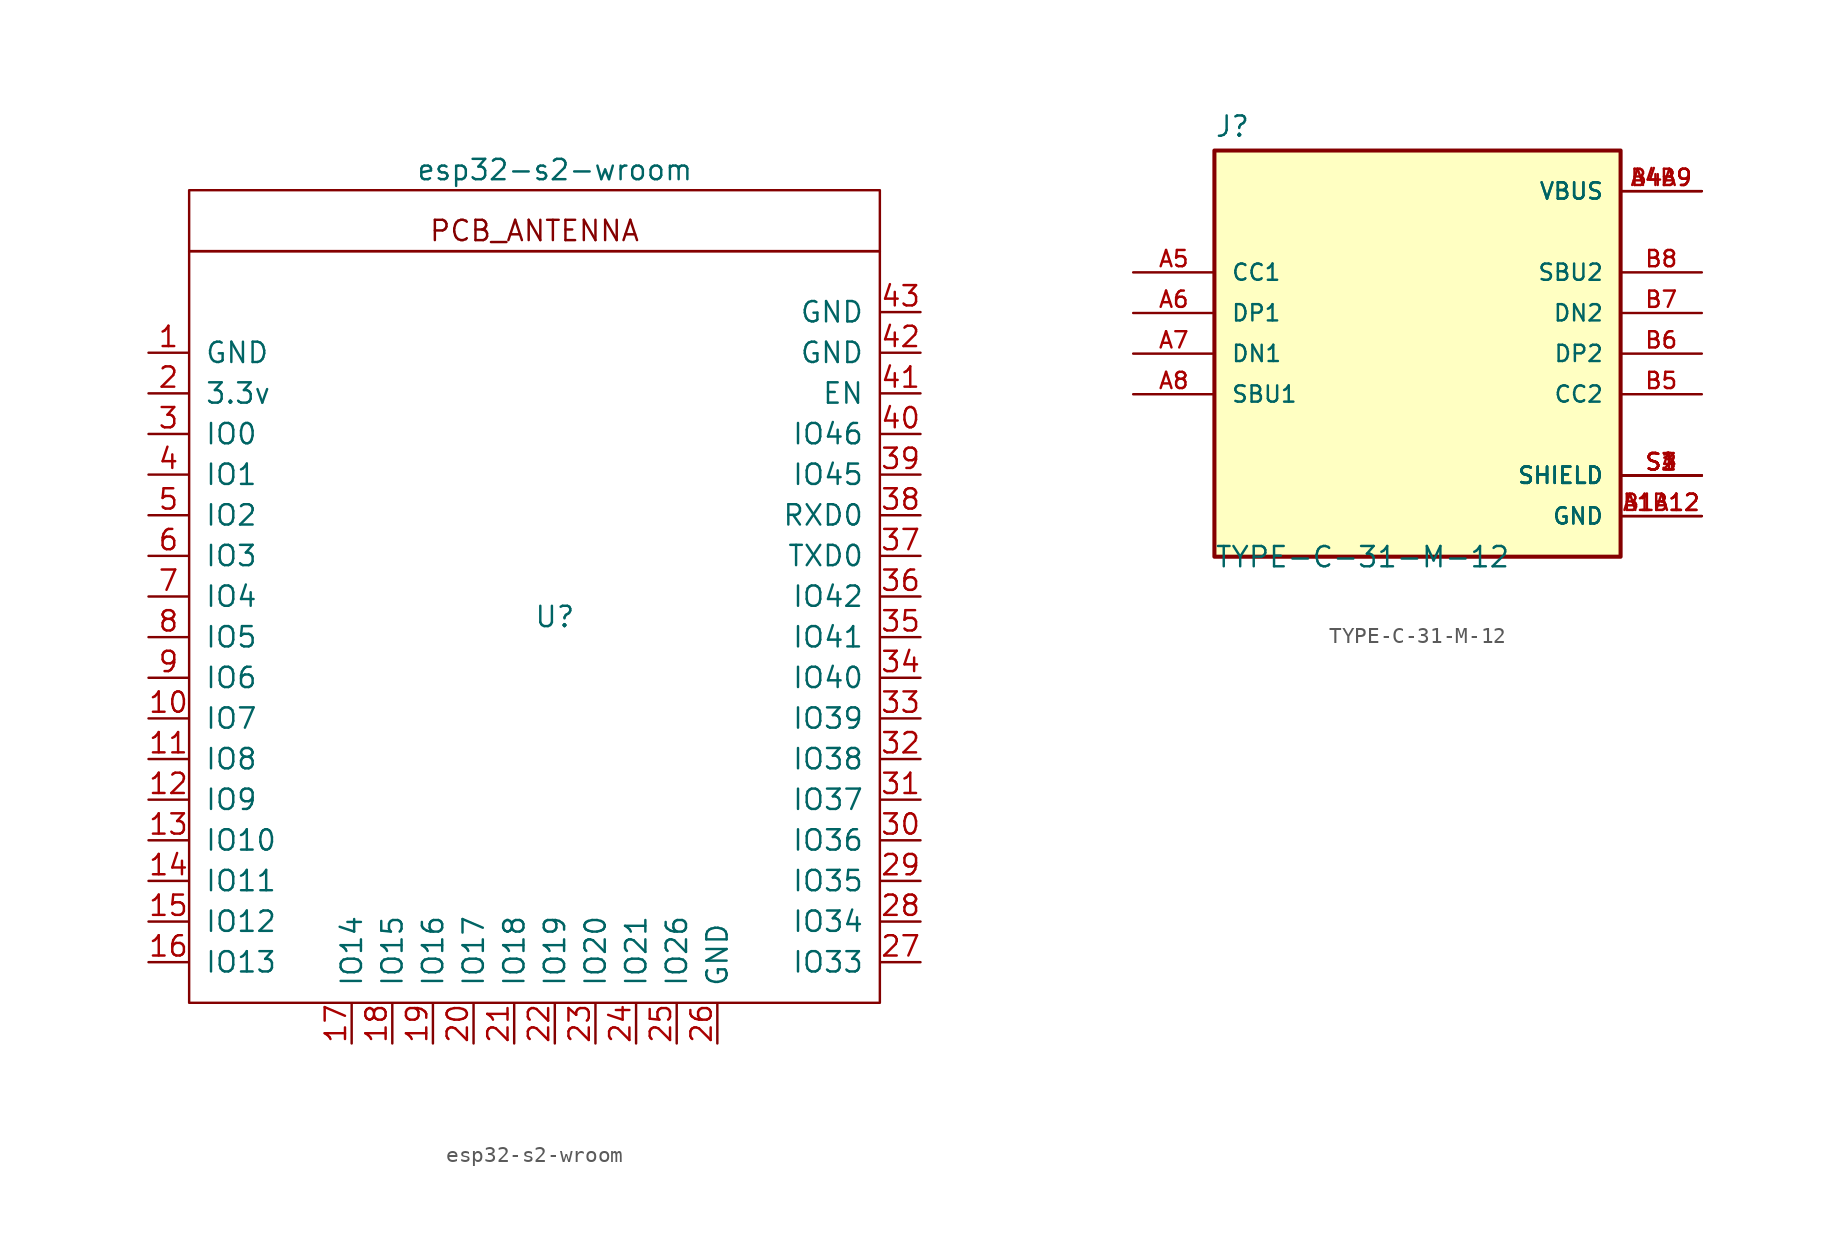
<source format=kicad_sym>
(kicad_symbol_lib
  (version 20220914)
  (generator kicad_symbol_editor)
  (symbol "esp32-s2-wroom"
    (pin_names
      (offset 1.016))
    (property "Reference" "U"
      (at 0 0 0)
      (effects (font (size 1.27 1.27))))
    (property "Value" "esp32-s2-wroom"
      (at 0 27.94 0)
      (effects (font (size 1.27 1.27))))
    (symbol "esp32-s2-wroom_0_0"
      (rectangle (start -22.86 22.86) (end 20.32 -24.13) (stroke (width 0) (type solid)) (fill (type none)))
      (rectangle (start -22.86 22.86) (end 20.32 26.67) (stroke (width 0) (type solid)) (fill (type none)))
      (text "PCB_ANTENNA" (at -1.27 24.13 0) (effects (font (size 1.27 1.27)))))
    (symbol "esp32-s2-wroom_1_1"
      (pin power_in line (at -25.4 16.51 0) (length 2.489) (name "GND" (effects (font (size 1.27 1.27)))) (number "1" (effects (font (size 1.27 1.27)))))
      (pin bidirectional line (at -25.4 -6.35 0) (length 2.489) (name "IO7" (effects (font (size 1.27 1.27)))) (number "10" (effects (font (size 1.27 1.27)))))
      (pin bidirectional line (at -25.4 -8.89 0) (length 2.489) (name "IO8" (effects (font (size 1.27 1.27)))) (number "11" (effects (font (size 1.27 1.27)))))
      (pin bidirectional line (at -25.4 -11.43 0) (length 2.489) (name "IO9" (effects (font (size 1.27 1.27)))) (number "12" (effects (font (size 1.27 1.27)))))
      (pin bidirectional line (at -25.4 -13.97 0) (length 2.489) (name "IO10" (effects (font (size 1.27 1.27)))) (number "13" (effects (font (size 1.27 1.27)))))
      (pin bidirectional line (at -25.4 -16.51 0) (length 2.489) (name "IO11" (effects (font (size 1.27 1.27)))) (number "14" (effects (font (size 1.27 1.27)))))
      (pin bidirectional line (at -25.4 -19.05 0) (length 2.489) (name "IO12" (effects (font (size 1.27 1.27)))) (number "15" (effects (font (size 1.27 1.27)))))
      (pin bidirectional line (at -25.4 -21.59 0) (length 2.489) (name "IO13" (effects (font (size 1.27 1.27)))) (number "16" (effects (font (size 1.27 1.27)))))
      (pin bidirectional line (at -12.7 -26.67 90) (length 2.489) (name "IO14" (effects (font (size 1.27 1.27)))) (number "17" (effects (font (size 1.27 1.27)))))
      (pin bidirectional line (at -10.16 -26.67 90) (length 2.489) (name "IO15" (effects (font (size 1.27 1.27)))) (number "18" (effects (font (size 1.27 1.27)))))
      (pin bidirectional line (at -7.62 -26.67 90) (length 2.489) (name "IO16" (effects (font (size 1.27 1.27)))) (number "19" (effects (font (size 1.27 1.27)))))
      (pin power_in line (at -25.4 13.97 0) (length 2.489) (name "3.3v" (effects (font (size 1.27 1.27)))) (number "2" (effects (font (size 1.27 1.27)))))
      (pin bidirectional line (at -5.08 -26.67 90) (length 2.489) (name "IO17" (effects (font (size 1.27 1.27)))) (number "20" (effects (font (size 1.27 1.27)))))
      (pin bidirectional line (at -2.54 -26.67 90) (length 2.489) (name "IO18" (effects (font (size 1.27 1.27)))) (number "21" (effects (font (size 1.27 1.27)))))
      (pin bidirectional line (at 0 -26.67 90) (length 2.489) (name "IO19" (effects (font (size 1.27 1.27)))) (number "22" (effects (font (size 1.27 1.27)))))
      (pin bidirectional line (at 2.54 -26.67 90) (length 2.489) (name "IO20" (effects (font (size 1.27 1.27)))) (number "23" (effects (font (size 1.27 1.27)))))
      (pin bidirectional line (at 5.08 -26.67 90) (length 2.489) (name "IO21" (effects (font (size 1.27 1.27)))) (number "24" (effects (font (size 1.27 1.27)))))
      (pin bidirectional line (at 7.62 -26.67 90) (length 2.489) (name "IO26" (effects (font (size 1.27 1.27)))) (number "25" (effects (font (size 1.27 1.27)))))
      (pin power_in line (at 10.16 -26.67 90) (length 2.489) (name "GND" (effects (font (size 1.27 1.27)))) (number "26" (effects (font (size 1.27 1.27)))))
      (pin bidirectional line (at 22.86 -21.59 180) (length 2.489) (name "IO33" (effects (font (size 1.27 1.27)))) (number "27" (effects (font (size 1.27 1.27)))))
      (pin bidirectional line (at 22.86 -19.05 180) (length 2.489) (name "IO34" (effects (font (size 1.27 1.27)))) (number "28" (effects (font (size 1.27 1.27)))))
      (pin bidirectional line (at 22.86 -16.51 180) (length 2.489) (name "IO35" (effects (font (size 1.27 1.27)))) (number "29" (effects (font (size 1.27 1.27)))))
      (pin bidirectional line (at -25.4 11.43 0) (length 2.489) (name "IO0" (effects (font (size 1.27 1.27)))) (number "3" (effects (font (size 1.27 1.27)))))
      (pin bidirectional line (at 22.86 -13.97 180) (length 2.489) (name "IO36" (effects (font (size 1.27 1.27)))) (number "30" (effects (font (size 1.27 1.27)))))
      (pin bidirectional line (at 22.86 -11.43 180) (length 2.489) (name "IO37" (effects (font (size 1.27 1.27)))) (number "31" (effects (font (size 1.27 1.27)))))
      (pin bidirectional line (at 22.86 -8.89 180) (length 2.489) (name "IO38" (effects (font (size 1.27 1.27)))) (number "32" (effects (font (size 1.27 1.27)))))
      (pin bidirectional line (at 22.86 -6.35 180) (length 2.489) (name "IO39" (effects (font (size 1.27 1.27)))) (number "33" (effects (font (size 1.27 1.27)))))
      (pin bidirectional line (at 22.86 -3.81 180) (length 2.489) (name "IO40" (effects (font (size 1.27 1.27)))) (number "34" (effects (font (size 1.27 1.27)))))
      (pin bidirectional line (at 22.86 -1.27 180) (length 2.489) (name "IO41" (effects (font (size 1.27 1.27)))) (number "35" (effects (font (size 1.27 1.27)))))
      (pin bidirectional line (at 22.86 1.27 180) (length 2.489) (name "IO42" (effects (font (size 1.27 1.27)))) (number "36" (effects (font (size 1.27 1.27)))))
      (pin bidirectional line (at 22.86 3.81 180) (length 2.489) (name "TXD0" (effects (font (size 1.27 1.27)))) (number "37" (effects (font (size 1.27 1.27)))))
      (pin bidirectional line (at 22.86 6.35 180) (length 2.489) (name "RXD0" (effects (font (size 1.27 1.27)))) (number "38" (effects (font (size 1.27 1.27)))))
      (pin bidirectional line (at 22.86 8.89 180) (length 2.489) (name "IO45" (effects (font (size 1.27 1.27)))) (number "39" (effects (font (size 1.27 1.27)))))
      (pin bidirectional line (at -25.4 8.89 0) (length 2.489) (name "IO1" (effects (font (size 1.27 1.27)))) (number "4" (effects (font (size 1.27 1.27)))))
      (pin bidirectional line (at 22.86 11.43 180) (length 2.489) (name "IO46" (effects (font (size 1.27 1.27)))) (number "40" (effects (font (size 1.27 1.27)))))
      (pin bidirectional line (at 22.86 13.97 180) (length 2.489) (name "EN" (effects (font (size 1.27 1.27)))) (number "41" (effects (font (size 1.27 1.27)))))
      (pin power_in line (at 22.86 16.51 180) (length 2.489) (name "GND" (effects (font (size 1.27 1.27)))) (number "42" (effects (font (size 1.27 1.27)))))
      (pin power_in line (at 22.86 19.05 180) (length 2.489) (name "GND" (effects (font (size 1.27 1.27)))) (number "43" (effects (font (size 1.27 1.27)))))
      (pin bidirectional line (at -25.4 6.35 0) (length 2.489) (name "IO2" (effects (font (size 1.27 1.27)))) (number "5" (effects (font (size 1.27 1.27)))))
      (pin bidirectional line (at -25.4 3.81 0) (length 2.489) (name "IO3" (effects (font (size 1.27 1.27)))) (number "6" (effects (font (size 1.27 1.27)))))
      (pin bidirectional line (at -25.4 1.27 0) (length 2.489) (name "IO4" (effects (font (size 1.27 1.27)))) (number "7" (effects (font (size 1.27 1.27)))))
      (pin bidirectional line (at -25.4 -1.27 0) (length 2.489) (name "IO5" (effects (font (size 1.27 1.27)))) (number "8" (effects (font (size 1.27 1.27)))))
      (pin bidirectional line (at -25.4 -3.81 0) (length 2.489) (name "IO6" (effects (font (size 1.27 1.27)))) (number "9" (effects (font (size 1.27 1.27)))))))
  (symbol "TYPE-C-31-M-12"
    (pin_names
      (offset 1.016))
    (property "Reference" "J"
      (at -12.7 13.462 0)
      (effects (font (size 1.27 1.27)) (justify left bottom)))
    (property "Value" "TYPE-C-31-M-12"
      (at -12.7 -13.462 0)
      (effects (font (size 1.27 1.27)) (justify left bottom)))
    (property "ki_locked" ""
      (at 0 0 0)
      (effects (font (size 1.27 1.27))))
    (symbol "TYPE-C-31-M-12_0_0"
      (rectangle (start -12.7 -12.7) (end 12.7 12.7) (stroke (width 0.254) (type solid)) (fill (type background)))
      (pin power_in line (at 17.78 -10.16 180) (length 5.08) (name "GND" (effects (font (size 1.016 1.016)))) (number "A1B12" (effects (font (size 1.016 1.016)))))
      (pin power_in line (at 17.78 10.16 180) (length 5.08) (name "VBUS" (effects (font (size 1.016 1.016)))) (number "A4B9" (effects (font (size 1.016 1.016)))))
      (pin bidirectional line (at -17.78 5.08 0) (length 5.08) (name "CC1" (effects (font (size 1.016 1.016)))) (number "A5" (effects (font (size 1.016 1.016)))))
      (pin bidirectional line (at -17.78 2.54 0) (length 5.08) (name "DP1" (effects (font (size 1.016 1.016)))) (number "A6" (effects (font (size 1.016 1.016)))))
      (pin bidirectional line (at -17.78 0 0) (length 5.08) (name "DN1" (effects (font (size 1.016 1.016)))) (number "A7" (effects (font (size 1.016 1.016)))))
      (pin bidirectional line (at -17.78 -2.54 0) (length 5.08) (name "SBU1" (effects (font (size 1.016 1.016)))) (number "A8" (effects (font (size 1.016 1.016)))))
      (pin power_in line (at 17.78 -10.16 180) (length 5.08) (name "GND" (effects (font (size 1.016 1.016)))) (number "B1A12" (effects (font (size 1.016 1.016)))))
      (pin power_in line (at 17.78 10.16 180) (length 5.08) (name "VBUS" (effects (font (size 1.016 1.016)))) (number "B4A9" (effects (font (size 1.016 1.016)))))
      (pin bidirectional line (at 17.78 -2.54 180) (length 5.08) (name "CC2" (effects (font (size 1.016 1.016)))) (number "B5" (effects (font (size 1.016 1.016)))))
      (pin bidirectional line (at 17.78 0 180) (length 5.08) (name "DP2" (effects (font (size 1.016 1.016)))) (number "B6" (effects (font (size 1.016 1.016)))))
      (pin bidirectional line (at 17.78 2.54 180) (length 5.08) (name "DN2" (effects (font (size 1.016 1.016)))) (number "B7" (effects (font (size 1.016 1.016)))))
      (pin bidirectional line (at 17.78 5.08 180) (length 5.08) (name "SBU2" (effects (font (size 1.016 1.016)))) (number "B8" (effects (font (size 1.016 1.016)))))
      (pin passive line (at 17.78 -7.62 180) (length 5.08) (name "SHIELD" (effects (font (size 1.016 1.016)))) (number "S1" (effects (font (size 1.016 1.016)))))
      (pin passive line (at 17.78 -7.62 180) (length 5.08) (name "SHIELD" (effects (font (size 1.016 1.016)))) (number "S2" (effects (font (size 1.016 1.016)))))
      (pin passive line (at 17.78 -7.62 180) (length 5.08) (name "SHIELD" (effects (font (size 1.016 1.016)))) (number "S3" (effects (font (size 1.016 1.016)))))
      (pin passive line (at 17.78 -7.62 180) (length 5.08) (name "SHIELD" (effects (font (size 1.016 1.016)))) (number "S4" (effects (font (size 1.016 1.016))))))))
</source>
